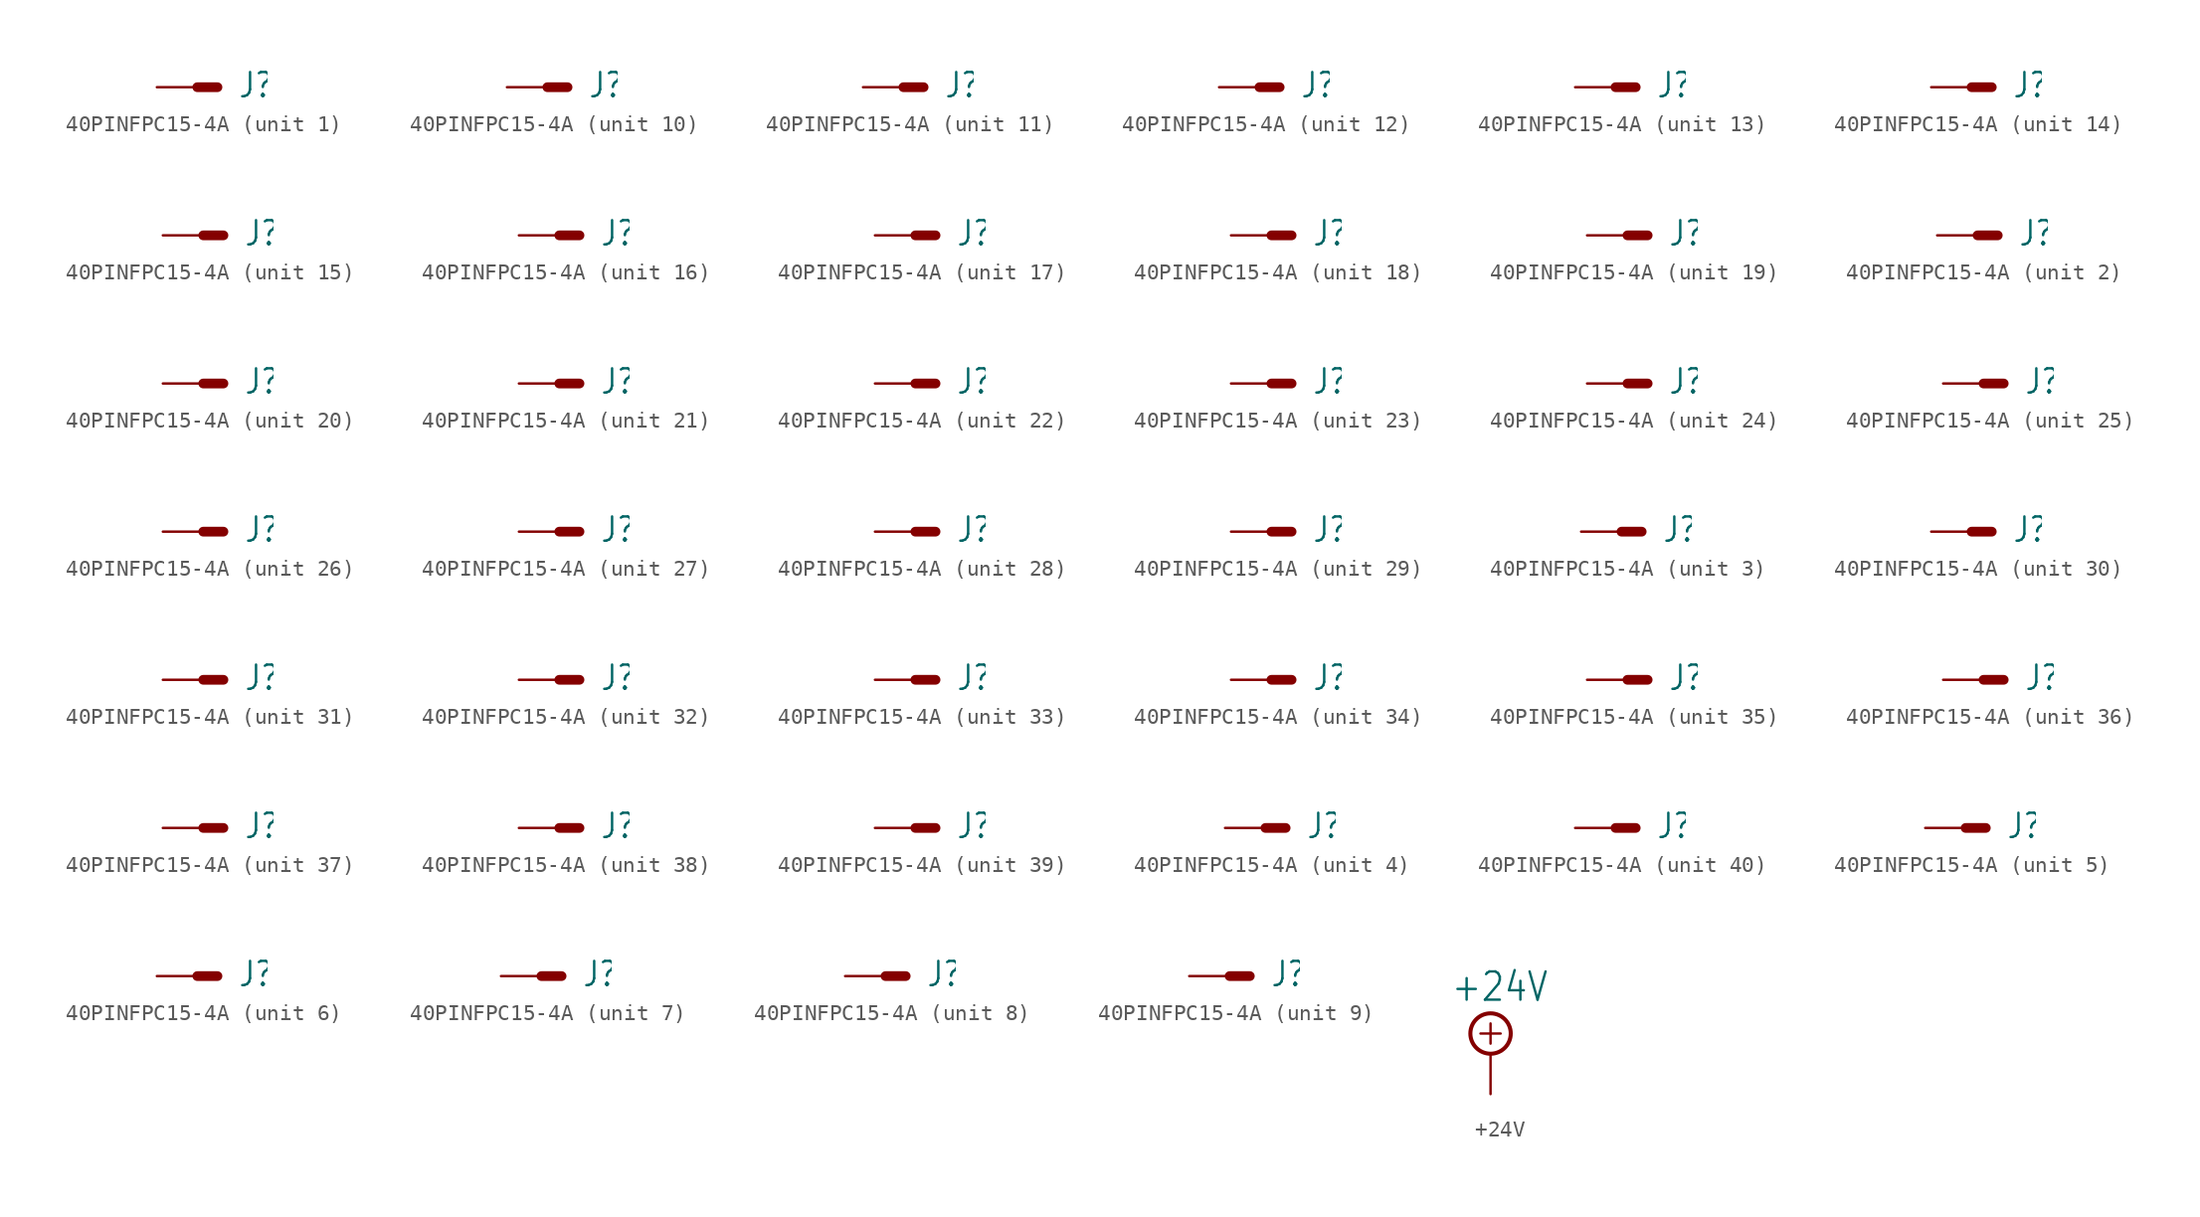
<source format=kicad_sym>
(kicad_symbol_lib
  (version 20211014)
  (generator kicad_symbol_editor)
  (symbol "40PINFPC15-4A"
    (property "Reference" "J"
      (at 2.54 -0.762 0)
      (effects (font (size 1.524 1.295)) (justify left bottom)))
    (property "ki_locked" ""
      (at 0 0 0)
      (effects (font (size 1.27 1.27))))
    (symbol "40PINFPC15-4A_1_0"
      (polyline (pts (xy 0 0) (xy 1.27 0)) (stroke (width 0.61) (type default) (color 0 0 0 0)) (fill (type none)))
      (pin passive line (at -2.54 0 0) (length 2.54) (name "MSV" (effects (font (size 0 0)))) (number "1" (effects (font (size 0 0))))))
    (symbol "40PINFPC15-4A_2_0"
      (polyline (pts (xy 0 0) (xy 1.27 0)) (stroke (width 0.61) (type default) (color 0 0 0 0)) (fill (type none)))
      (pin passive line (at -2.54 0 0) (length 2.54) (name "MS" (effects (font (size 0 0)))) (number "2" (effects (font (size 0 0))))))
    (symbol "40PINFPC15-4A_3_0"
      (polyline (pts (xy 0 0) (xy 1.27 0)) (stroke (width 0.61) (type default) (color 0 0 0 0)) (fill (type none)))
      (pin passive line (at -2.54 0 0) (length 2.54) (name "MS" (effects (font (size 0 0)))) (number "3" (effects (font (size 0 0))))))
    (symbol "40PINFPC15-4A_4_0"
      (polyline (pts (xy 0 0) (xy 1.27 0)) (stroke (width 0.61) (type default) (color 0 0 0 0)) (fill (type none)))
      (pin passive line (at -2.54 0 0) (length 2.54) (name "MS" (effects (font (size 0 0)))) (number "4" (effects (font (size 0 0))))))
    (symbol "40PINFPC15-4A_5_0"
      (polyline (pts (xy 0 0) (xy 1.27 0)) (stroke (width 0.61) (type default) (color 0 0 0 0)) (fill (type none)))
      (pin passive line (at -2.54 0 0) (length 2.54) (name "MS" (effects (font (size 0 0)))) (number "5" (effects (font (size 0 0))))))
    (symbol "40PINFPC15-4A_6_0"
      (polyline (pts (xy 0 0) (xy 1.27 0)) (stroke (width 0.61) (type default) (color 0 0 0 0)) (fill (type none)))
      (pin passive line (at -2.54 0 0) (length 2.54) (name "MS" (effects (font (size 0 0)))) (number "6" (effects (font (size 0 0))))))
    (symbol "40PINFPC15-4A_7_0"
      (polyline (pts (xy 0 0) (xy 1.27 0)) (stroke (width 0.61) (type default) (color 0 0 0 0)) (fill (type none)))
      (pin passive line (at -2.54 0 0) (length 2.54) (name "MS" (effects (font (size 0 0)))) (number "7" (effects (font (size 0 0))))))
    (symbol "40PINFPC15-4A_8_0"
      (polyline (pts (xy 0 0) (xy 1.27 0)) (stroke (width 0.61) (type default) (color 0 0 0 0)) (fill (type none)))
      (pin passive line (at -2.54 0 0) (length 2.54) (name "MS" (effects (font (size 0 0)))) (number "8" (effects (font (size 0 0))))))
    (symbol "40PINFPC15-4A_9_0"
      (polyline (pts (xy 0 0) (xy 1.27 0)) (stroke (width 0.61) (type default) (color 0 0 0 0)) (fill (type none)))
      (pin passive line (at -2.54 0 0) (length 2.54) (name "MS" (effects (font (size 0 0)))) (number "9" (effects (font (size 0 0))))))
    (symbol "40PINFPC15-4A_10_0"
      (polyline (pts (xy 0 0) (xy 1.27 0)) (stroke (width 0.61) (type default) (color 0 0 0 0)) (fill (type none)))
      (pin passive line (at -2.54 0 0) (length 2.54) (name "MS" (effects (font (size 0 0)))) (number "10" (effects (font (size 0 0))))))
    (symbol "40PINFPC15-4A_11_0"
      (polyline (pts (xy 0 0) (xy 1.27 0)) (stroke (width 0.61) (type default) (color 0 0 0 0)) (fill (type none)))
      (pin passive line (at -2.54 0 0) (length 2.54) (name "MS" (effects (font (size 0 0)))) (number "11" (effects (font (size 0 0))))))
    (symbol "40PINFPC15-4A_12_0"
      (polyline (pts (xy 0 0) (xy 1.27 0)) (stroke (width 0.61) (type default) (color 0 0 0 0)) (fill (type none)))
      (pin passive line (at -2.54 0 0) (length 2.54) (name "MS" (effects (font (size 0 0)))) (number "12" (effects (font (size 0 0))))))
    (symbol "40PINFPC15-4A_13_0"
      (polyline (pts (xy 0 0) (xy 1.27 0)) (stroke (width 0.61) (type default) (color 0 0 0 0)) (fill (type none)))
      (pin passive line (at -2.54 0 0) (length 2.54) (name "MS" (effects (font (size 0 0)))) (number "13" (effects (font (size 0 0))))))
    (symbol "40PINFPC15-4A_14_0"
      (polyline (pts (xy 0 0) (xy 1.27 0)) (stroke (width 0.61) (type default) (color 0 0 0 0)) (fill (type none)))
      (pin passive line (at -2.54 0 0) (length 2.54) (name "MS" (effects (font (size 0 0)))) (number "14" (effects (font (size 0 0))))))
    (symbol "40PINFPC15-4A_15_0"
      (polyline (pts (xy 0 0) (xy 1.27 0)) (stroke (width 0.61) (type default) (color 0 0 0 0)) (fill (type none)))
      (pin passive line (at -2.54 0 0) (length 2.54) (name "MS" (effects (font (size 0 0)))) (number "15" (effects (font (size 0 0))))))
    (symbol "40PINFPC15-4A_16_0"
      (polyline (pts (xy 0 0) (xy 1.27 0)) (stroke (width 0.61) (type default) (color 0 0 0 0)) (fill (type none)))
      (pin passive line (at -2.54 0 0) (length 2.54) (name "MS" (effects (font (size 0 0)))) (number "16" (effects (font (size 0 0))))))
    (symbol "40PINFPC15-4A_17_0"
      (polyline (pts (xy 0 0) (xy 1.27 0)) (stroke (width 0.61) (type default) (color 0 0 0 0)) (fill (type none)))
      (pin passive line (at -2.54 0 0) (length 2.54) (name "MS" (effects (font (size 0 0)))) (number "17" (effects (font (size 0 0))))))
    (symbol "40PINFPC15-4A_18_0"
      (polyline (pts (xy 0 0) (xy 1.27 0)) (stroke (width 0.61) (type default) (color 0 0 0 0)) (fill (type none)))
      (pin passive line (at -2.54 0 0) (length 2.54) (name "MS" (effects (font (size 0 0)))) (number "18" (effects (font (size 0 0))))))
    (symbol "40PINFPC15-4A_19_0"
      (polyline (pts (xy 0 0) (xy 1.27 0)) (stroke (width 0.61) (type default) (color 0 0 0 0)) (fill (type none)))
      (pin passive line (at -2.54 0 0) (length 2.54) (name "MS" (effects (font (size 0 0)))) (number "19" (effects (font (size 0 0))))))
    (symbol "40PINFPC15-4A_20_0"
      (polyline (pts (xy 0 0) (xy 1.27 0)) (stroke (width 0.61) (type default) (color 0 0 0 0)) (fill (type none)))
      (pin passive line (at -2.54 0 0) (length 2.54) (name "MS" (effects (font (size 0 0)))) (number "20" (effects (font (size 0 0))))))
    (symbol "40PINFPC15-4A_21_0"
      (polyline (pts (xy 0 0) (xy 1.27 0)) (stroke (width 0.61) (type default) (color 0 0 0 0)) (fill (type none)))
      (pin passive line (at -2.54 0 0) (length 2.54) (name "MS" (effects (font (size 0 0)))) (number "21" (effects (font (size 0 0))))))
    (symbol "40PINFPC15-4A_22_0"
      (polyline (pts (xy 0 0) (xy 1.27 0)) (stroke (width 0.61) (type default) (color 0 0 0 0)) (fill (type none)))
      (pin passive line (at -2.54 0 0) (length 2.54) (name "MS" (effects (font (size 0 0)))) (number "22" (effects (font (size 0 0))))))
    (symbol "40PINFPC15-4A_23_0"
      (polyline (pts (xy 0 0) (xy 1.27 0)) (stroke (width 0.61) (type default) (color 0 0 0 0)) (fill (type none)))
      (pin passive line (at -2.54 0 0) (length 2.54) (name "MS" (effects (font (size 0 0)))) (number "23" (effects (font (size 0 0))))))
    (symbol "40PINFPC15-4A_24_0"
      (polyline (pts (xy 0 0) (xy 1.27 0)) (stroke (width 0.61) (type default) (color 0 0 0 0)) (fill (type none)))
      (pin passive line (at -2.54 0 0) (length 2.54) (name "MS" (effects (font (size 0 0)))) (number "24" (effects (font (size 0 0))))))
    (symbol "40PINFPC15-4A_25_0"
      (polyline (pts (xy 0 0) (xy 1.27 0)) (stroke (width 0.61) (type default) (color 0 0 0 0)) (fill (type none)))
      (pin passive line (at -2.54 0 0) (length 2.54) (name "MS" (effects (font (size 0 0)))) (number "25" (effects (font (size 0 0))))))
    (symbol "40PINFPC15-4A_26_0"
      (polyline (pts (xy 0 0) (xy 1.27 0)) (stroke (width 0.61) (type default) (color 0 0 0 0)) (fill (type none)))
      (pin passive line (at -2.54 0 0) (length 2.54) (name "MS" (effects (font (size 0 0)))) (number "26" (effects (font (size 0 0))))))
    (symbol "40PINFPC15-4A_27_0"
      (polyline (pts (xy 0 0) (xy 1.27 0)) (stroke (width 0.61) (type default) (color 0 0 0 0)) (fill (type none)))
      (pin passive line (at -2.54 0 0) (length 2.54) (name "MS" (effects (font (size 0 0)))) (number "27" (effects (font (size 0 0))))))
    (symbol "40PINFPC15-4A_28_0"
      (polyline (pts (xy 0 0) (xy 1.27 0)) (stroke (width 0.61) (type default) (color 0 0 0 0)) (fill (type none)))
      (pin passive line (at -2.54 0 0) (length 2.54) (name "MS" (effects (font (size 0 0)))) (number "28" (effects (font (size 0 0))))))
    (symbol "40PINFPC15-4A_29_0"
      (polyline (pts (xy 0 0) (xy 1.27 0)) (stroke (width 0.61) (type default) (color 0 0 0 0)) (fill (type none)))
      (pin passive line (at -2.54 0 0) (length 2.54) (name "MS" (effects (font (size 0 0)))) (number "29" (effects (font (size 0 0))))))
    (symbol "40PINFPC15-4A_30_0"
      (polyline (pts (xy 0 0) (xy 1.27 0)) (stroke (width 0.61) (type default) (color 0 0 0 0)) (fill (type none)))
      (pin passive line (at -2.54 0 0) (length 2.54) (name "MS" (effects (font (size 0 0)))) (number "30" (effects (font (size 0 0))))))
    (symbol "40PINFPC15-4A_31_0"
      (polyline (pts (xy 0 0) (xy 1.27 0)) (stroke (width 0.61) (type default) (color 0 0 0 0)) (fill (type none)))
      (pin passive line (at -2.54 0 0) (length 2.54) (name "MS" (effects (font (size 0 0)))) (number "31" (effects (font (size 0 0))))))
    (symbol "40PINFPC15-4A_32_0"
      (polyline (pts (xy 0 0) (xy 1.27 0)) (stroke (width 0.61) (type default) (color 0 0 0 0)) (fill (type none)))
      (pin passive line (at -2.54 0 0) (length 2.54) (name "MS" (effects (font (size 0 0)))) (number "32" (effects (font (size 0 0))))))
    (symbol "40PINFPC15-4A_33_0"
      (polyline (pts (xy 0 0) (xy 1.27 0)) (stroke (width 0.61) (type default) (color 0 0 0 0)) (fill (type none)))
      (pin passive line (at -2.54 0 0) (length 2.54) (name "MS" (effects (font (size 0 0)))) (number "33" (effects (font (size 0 0))))))
    (symbol "40PINFPC15-4A_34_0"
      (polyline (pts (xy 0 0) (xy 1.27 0)) (stroke (width 0.61) (type default) (color 0 0 0 0)) (fill (type none)))
      (pin passive line (at -2.54 0 0) (length 2.54) (name "MS" (effects (font (size 0 0)))) (number "34" (effects (font (size 0 0))))))
    (symbol "40PINFPC15-4A_35_0"
      (polyline (pts (xy 0 0) (xy 1.27 0)) (stroke (width 0.61) (type default) (color 0 0 0 0)) (fill (type none)))
      (pin passive line (at -2.54 0 0) (length 2.54) (name "MS" (effects (font (size 0 0)))) (number "35" (effects (font (size 0 0))))))
    (symbol "40PINFPC15-4A_36_0"
      (polyline (pts (xy 0 0) (xy 1.27 0)) (stroke (width 0.61) (type default) (color 0 0 0 0)) (fill (type none)))
      (pin passive line (at -2.54 0 0) (length 2.54) (name "MS" (effects (font (size 0 0)))) (number "36" (effects (font (size 0 0))))))
    (symbol "40PINFPC15-4A_37_0"
      (polyline (pts (xy 0 0) (xy 1.27 0)) (stroke (width 0.61) (type default) (color 0 0 0 0)) (fill (type none)))
      (pin passive line (at -2.54 0 0) (length 2.54) (name "MS" (effects (font (size 0 0)))) (number "37" (effects (font (size 0 0))))))
    (symbol "40PINFPC15-4A_38_0"
      (polyline (pts (xy 0 0) (xy 1.27 0)) (stroke (width 0.61) (type default) (color 0 0 0 0)) (fill (type none)))
      (pin passive line (at -2.54 0 0) (length 2.54) (name "MS" (effects (font (size 0 0)))) (number "38" (effects (font (size 0 0))))))
    (symbol "40PINFPC15-4A_39_0"
      (polyline (pts (xy 0 0) (xy 1.27 0)) (stroke (width 0.61) (type default) (color 0 0 0 0)) (fill (type none)))
      (pin passive line (at -2.54 0 0) (length 2.54) (name "MS" (effects (font (size 0 0)))) (number "39" (effects (font (size 0 0))))))
    (symbol "40PINFPC15-4A_40_0"
      (polyline (pts (xy 0 0) (xy 1.27 0)) (stroke (width 0.61) (type default) (color 0 0 0 0)) (fill (type none)))
      (pin passive line (at -2.54 0 0) (length 2.54) (name "MS" (effects (font (size 0 0)))) (number "40" (effects (font (size 0 0)))))))
  (symbol "+24V"
    (power)
    (property "Reference" "#SUPPLY"
      (at 0 0 0)
      (effects (font (size 1.27 1.27)) hide))
    (property "Value" "+24V"
      (at -2.54 3.175 0)
      (effects (font (size 1.778 1.511)) (justify left bottom)))
    (property "ki_locked" ""
      (at 0 0 0)
      (effects (font (size 1.27 1.27))))
    (symbol "+24V_1_0"
      (polyline (pts (xy -0.635 1.27) (xy 0.635 1.27)) (stroke (width 0.152) (type default) (color 0 0 0 0)) (fill (type none)))
      (polyline (pts (xy 0 0.635) (xy 0 1.905)) (stroke (width 0.152) (type default) (color 0 0 0 0)) (fill (type none)))
      (circle (center 0 1.27) (radius 1.27) (stroke (width 0.254) (type default) (color 0 0 0 0)) (fill (type none)))
      (pin power_in line (at 0 -2.54 90) (length 2.54) (name "+24V" (effects (font (size 0 0)))) (number "1" (effects (font (size 0 0))))))))
</source>
